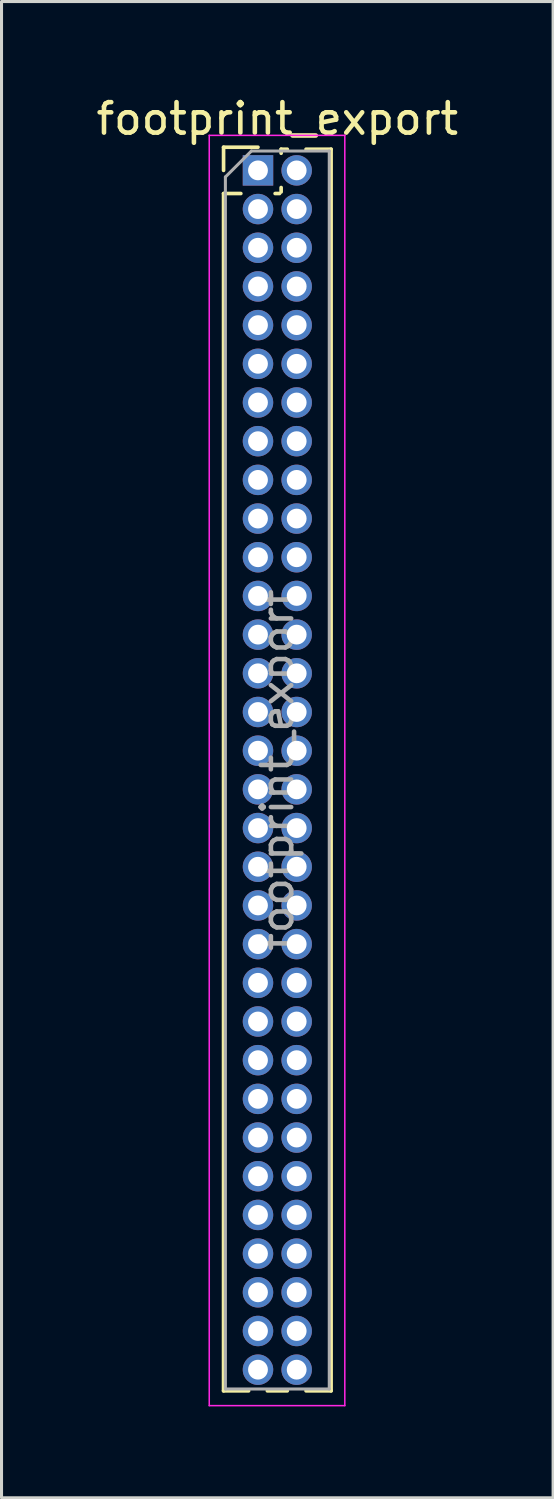
<source format=kicad_pcb>
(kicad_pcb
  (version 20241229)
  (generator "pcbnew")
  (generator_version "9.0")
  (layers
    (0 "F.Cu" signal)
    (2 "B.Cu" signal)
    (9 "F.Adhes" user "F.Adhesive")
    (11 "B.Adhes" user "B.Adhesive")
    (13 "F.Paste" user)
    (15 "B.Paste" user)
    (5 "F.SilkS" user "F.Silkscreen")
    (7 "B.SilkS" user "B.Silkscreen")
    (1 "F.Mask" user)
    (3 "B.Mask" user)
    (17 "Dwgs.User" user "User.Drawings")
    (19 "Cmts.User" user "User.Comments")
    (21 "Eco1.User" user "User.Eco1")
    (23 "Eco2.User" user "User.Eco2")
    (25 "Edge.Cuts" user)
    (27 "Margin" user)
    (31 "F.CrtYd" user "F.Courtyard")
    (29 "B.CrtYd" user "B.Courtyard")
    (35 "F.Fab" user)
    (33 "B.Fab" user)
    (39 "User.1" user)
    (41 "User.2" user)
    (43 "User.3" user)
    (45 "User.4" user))
  (footprint "footprint_export"
    (layer "F.Cu")
    (at 5.419 2.543)
    (property "Reference" "footprint_export" (at 0.635 -1.695 0) (layer "F.SilkS") (effects (font (size 1 1) (thickness 0.15))))
    (attr through_hole)
    (fp_line (start -1.13 -0.76) (end 0 -0.76) (stroke (width 0.12) (type solid)) (layer "F.SilkS"))
    (fp_line (start -1.13 0) (end -1.13 -0.76) (stroke (width 0.12) (type solid)) (layer "F.SilkS"))
    (fp_line (start -1.13 0.76) (end -1.13 40.065) (stroke (width 0.12) (type solid)) (layer "F.SilkS"))
    (fp_line (start -1.13 0.76) (end -0.563 0.76) (stroke (width 0.12) (type solid)) (layer "F.SilkS"))
    (fp_line (start -1.13 40.065) (end -0.308 40.065) (stroke (width 0.12) (type solid)) (layer "F.SilkS"))
    (fp_line (start 0.308 40.065) (end 0.962 40.065) (stroke (width 0.12) (type solid)) (layer "F.SilkS"))
    (fp_line (start 0.563 0.76) (end 0.707 0.76) (stroke (width 0.12) (type solid)) (layer "F.SilkS"))
    (fp_line (start 0.76 -0.695) (end 0.962 -0.695) (stroke (width 0.12) (type solid)) (layer "F.SilkS"))
    (fp_line (start 0.76 -0.563) (end 0.76 -0.695) (stroke (width 0.12) (type solid)) (layer "F.SilkS"))
    (fp_line (start 0.76 0.707) (end 0.76 0.563) (stroke (width 0.12) (type solid)) (layer "F.SilkS"))
    (fp_line (start 1.578 -0.695) (end 2.4 -0.695) (stroke (width 0.12) (type solid)) (layer "F.SilkS"))
    (fp_line (start 1.578 40.065) (end 2.4 40.065) (stroke (width 0.12) (type solid)) (layer "F.SilkS"))
    (fp_line (start 2.4 -0.695) (end 2.4 40.065) (stroke (width 0.12) (type solid)) (layer "F.SilkS"))
    (fp_line (start -1.6 -1.15) (end -1.6 40.55) (stroke (width 0.05) (type solid)) (layer "F.CrtYd"))
    (fp_line (start -1.6 40.55) (end 2.85 40.55) (stroke (width 0.05) (type solid)) (layer "F.CrtYd"))
    (fp_line (start 2.85 -1.15) (end -1.6 -1.15) (stroke (width 0.05) (type solid)) (layer "F.CrtYd"))
    (fp_line (start 2.85 40.55) (end 2.85 -1.15) (stroke (width 0.05) (type solid)) (layer "F.CrtYd"))
    (fp_line (start -1.07 0.217) (end -0.217 -0.635) (stroke (width 0.1) (type solid)) (layer "F.Fab"))
    (fp_line (start -1.07 40.005) (end -1.07 0.217) (stroke (width 0.1) (type solid)) (layer "F.Fab"))
    (fp_line (start -0.217 -0.635) (end 2.34 -0.635) (stroke (width 0.1) (type solid)) (layer "F.Fab"))
    (fp_line (start 2.34 -0.635) (end 2.34 40.005) (stroke (width 0.1) (type solid)) (layer "F.Fab"))
    (fp_line (start 2.34 40.005) (end -1.07 40.005) (stroke (width 0.1) (type solid)) (layer "F.Fab"))
    (fp_text user "${REFERENCE}" (at 0.635 19.685 90) (layer "F.Fab") (effects (font (size 1 1) (thickness 0.15))))
    (pad "1" thru_hole rect (at 0 0) (size 1 1) (drill 0.65) (layers "*.Cu" "*.Mask"))
    (pad "2" thru_hole oval (at 1.27 0) (size 1 1) (drill 0.65) (layers "*.Cu" "*.Mask"))
    (pad "3" thru_hole oval (at 0 1.27) (size 1 1) (drill 0.65) (layers "*.Cu" "*.Mask"))
    (pad "4" thru_hole oval (at 1.27 1.27) (size 1 1) (drill 0.65) (layers "*.Cu" "*.Mask"))
    (pad "5" thru_hole oval (at 0 2.54) (size 1 1) (drill 0.65) (layers "*.Cu" "*.Mask"))
    (pad "6" thru_hole oval (at 1.27 2.54) (size 1 1) (drill 0.65) (layers "*.Cu" "*.Mask"))
    (pad "7" thru_hole oval (at 0 3.81) (size 1 1) (drill 0.65) (layers "*.Cu" "*.Mask"))
    (pad "8" thru_hole oval (at 1.27 3.81) (size 1 1) (drill 0.65) (layers "*.Cu" "*.Mask"))
    (pad "9" thru_hole oval (at 0 5.08) (size 1 1) (drill 0.65) (layers "*.Cu" "*.Mask"))
    (pad "10" thru_hole oval (at 1.27 5.08) (size 1 1) (drill 0.65) (layers "*.Cu" "*.Mask"))
    (pad "11" thru_hole oval (at 0 6.35) (size 1 1) (drill 0.65) (layers "*.Cu" "*.Mask"))
    (pad "12" thru_hole oval (at 1.27 6.35) (size 1 1) (drill 0.65) (layers "*.Cu" "*.Mask"))
    (pad "13" thru_hole oval (at 0 7.62) (size 1 1) (drill 0.65) (layers "*.Cu" "*.Mask"))
    (pad "14" thru_hole oval (at 1.27 7.62) (size 1 1) (drill 0.65) (layers "*.Cu" "*.Mask"))
    (pad "15" thru_hole oval (at 0 8.89) (size 1 1) (drill 0.65) (layers "*.Cu" "*.Mask"))
    (pad "16" thru_hole oval (at 1.27 8.89) (size 1 1) (drill 0.65) (layers "*.Cu" "*.Mask"))
    (pad "17" thru_hole oval (at 0 10.16) (size 1 1) (drill 0.65) (layers "*.Cu" "*.Mask"))
    (pad "18" thru_hole oval (at 1.27 10.16) (size 1 1) (drill 0.65) (layers "*.Cu" "*.Mask"))
    (pad "19" thru_hole oval (at 0 11.43) (size 1 1) (drill 0.65) (layers "*.Cu" "*.Mask"))
    (pad "20" thru_hole oval (at 1.27 11.43) (size 1 1) (drill 0.65) (layers "*.Cu" "*.Mask"))
    (pad "21" thru_hole oval (at 0 12.7) (size 1 1) (drill 0.65) (layers "*.Cu" "*.Mask"))
    (pad "22" thru_hole oval (at 1.27 12.7) (size 1 1) (drill 0.65) (layers "*.Cu" "*.Mask"))
    (pad "23" thru_hole oval (at 0 13.97) (size 1 1) (drill 0.65) (layers "*.Cu" "*.Mask"))
    (pad "24" thru_hole oval (at 1.27 13.97) (size 1 1) (drill 0.65) (layers "*.Cu" "*.Mask"))
    (pad "25" thru_hole oval (at 0 15.24) (size 1 1) (drill 0.65) (layers "*.Cu" "*.Mask"))
    (pad "26" thru_hole oval (at 1.27 15.24) (size 1 1) (drill 0.65) (layers "*.Cu" "*.Mask"))
    (pad "27" thru_hole oval (at 0 16.51) (size 1 1) (drill 0.65) (layers "*.Cu" "*.Mask"))
    (pad "28" thru_hole oval (at 1.27 16.51) (size 1 1) (drill 0.65) (layers "*.Cu" "*.Mask"))
    (pad "29" thru_hole oval (at 0 17.78) (size 1 1) (drill 0.65) (layers "*.Cu" "*.Mask"))
    (pad "30" thru_hole oval (at 1.27 17.78) (size 1 1) (drill 0.65) (layers "*.Cu" "*.Mask"))
    (pad "31" thru_hole oval (at 0 19.05) (size 1 1) (drill 0.65) (layers "*.Cu" "*.Mask"))
    (pad "32" thru_hole oval (at 1.27 19.05) (size 1 1) (drill 0.65) (layers "*.Cu" "*.Mask"))
    (pad "33" thru_hole oval (at 0 20.32) (size 1 1) (drill 0.65) (layers "*.Cu" "*.Mask"))
    (pad "34" thru_hole oval (at 1.27 20.32) (size 1 1) (drill 0.65) (layers "*.Cu" "*.Mask"))
    (pad "35" thru_hole oval (at 0 21.59) (size 1 1) (drill 0.65) (layers "*.Cu" "*.Mask"))
    (pad "36" thru_hole oval (at 1.27 21.59) (size 1 1) (drill 0.65) (layers "*.Cu" "*.Mask"))
    (pad "37" thru_hole oval (at 0 22.86) (size 1 1) (drill 0.65) (layers "*.Cu" "*.Mask"))
    (pad "38" thru_hole oval (at 1.27 22.86) (size 1 1) (drill 0.65) (layers "*.Cu" "*.Mask"))
    (pad "39" thru_hole oval (at 0 24.13) (size 1 1) (drill 0.65) (layers "*.Cu" "*.Mask"))
    (pad "40" thru_hole oval (at 1.27 24.13) (size 1 1) (drill 0.65) (layers "*.Cu" "*.Mask"))
    (pad "41" thru_hole oval (at 0 25.4) (size 1 1) (drill 0.65) (layers "*.Cu" "*.Mask"))
    (pad "42" thru_hole oval (at 1.27 25.4) (size 1 1) (drill 0.65) (layers "*.Cu" "*.Mask"))
    (pad "43" thru_hole oval (at 0 26.67) (size 1 1) (drill 0.65) (layers "*.Cu" "*.Mask"))
    (pad "44" thru_hole oval (at 1.27 26.67) (size 1 1) (drill 0.65) (layers "*.Cu" "*.Mask"))
    (pad "45" thru_hole oval (at 0 27.94) (size 1 1) (drill 0.65) (layers "*.Cu" "*.Mask"))
    (pad "46" thru_hole oval (at 1.27 27.94) (size 1 1) (drill 0.65) (layers "*.Cu" "*.Mask"))
    (pad "47" thru_hole oval (at 0 29.21) (size 1 1) (drill 0.65) (layers "*.Cu" "*.Mask"))
    (pad "48" thru_hole oval (at 1.27 29.21) (size 1 1) (drill 0.65) (layers "*.Cu" "*.Mask"))
    (pad "49" thru_hole oval (at 0 30.48) (size 1 1) (drill 0.65) (layers "*.Cu" "*.Mask"))
    (pad "50" thru_hole oval (at 1.27 30.48) (size 1 1) (drill 0.65) (layers "*.Cu" "*.Mask"))
    (pad "51" thru_hole oval (at 0 31.75) (size 1 1) (drill 0.65) (layers "*.Cu" "*.Mask"))
    (pad "52" thru_hole oval (at 1.27 31.75) (size 1 1) (drill 0.65) (layers "*.Cu" "*.Mask"))
    (pad "53" thru_hole oval (at 0 33.02) (size 1 1) (drill 0.65) (layers "*.Cu" "*.Mask"))
    (pad "54" thru_hole oval (at 1.27 33.02) (size 1 1) (drill 0.65) (layers "*.Cu" "*.Mask"))
    (pad "55" thru_hole oval (at 0 34.29) (size 1 1) (drill 0.65) (layers "*.Cu" "*.Mask"))
    (pad "56" thru_hole oval (at 1.27 34.29) (size 1 1) (drill 0.65) (layers "*.Cu" "*.Mask"))
    (pad "57" thru_hole oval (at 0 35.56) (size 1 1) (drill 0.65) (layers "*.Cu" "*.Mask"))
    (pad "58" thru_hole oval (at 1.27 35.56) (size 1 1) (drill 0.65) (layers "*.Cu" "*.Mask"))
    (pad "59" thru_hole oval (at 0 36.83) (size 1 1) (drill 0.65) (layers "*.Cu" "*.Mask"))
    (pad "60" thru_hole oval (at 1.27 36.83) (size 1 1) (drill 0.65) (layers "*.Cu" "*.Mask"))
    (pad "61" thru_hole oval (at 0 38.1) (size 1 1) (drill 0.65) (layers "*.Cu" "*.Mask"))
    (pad "62" thru_hole oval (at 1.27 38.1) (size 1 1) (drill 0.65) (layers "*.Cu" "*.Mask"))
    (pad "63" thru_hole oval (at 0 39.37) (size 1 1) (drill 0.65) (layers "*.Cu" "*.Mask"))
    (pad "64" thru_hole oval (at 1.27 39.37) (size 1 1) (drill 0.65) (layers "*.Cu" "*.Mask")))
  (gr_rect
    (start -3 -3)
    (end 15.107 46.118)
    (stroke (width 0.1) (type default))
    (fill no)
    (layer "Edge.Cuts")))
</source>
